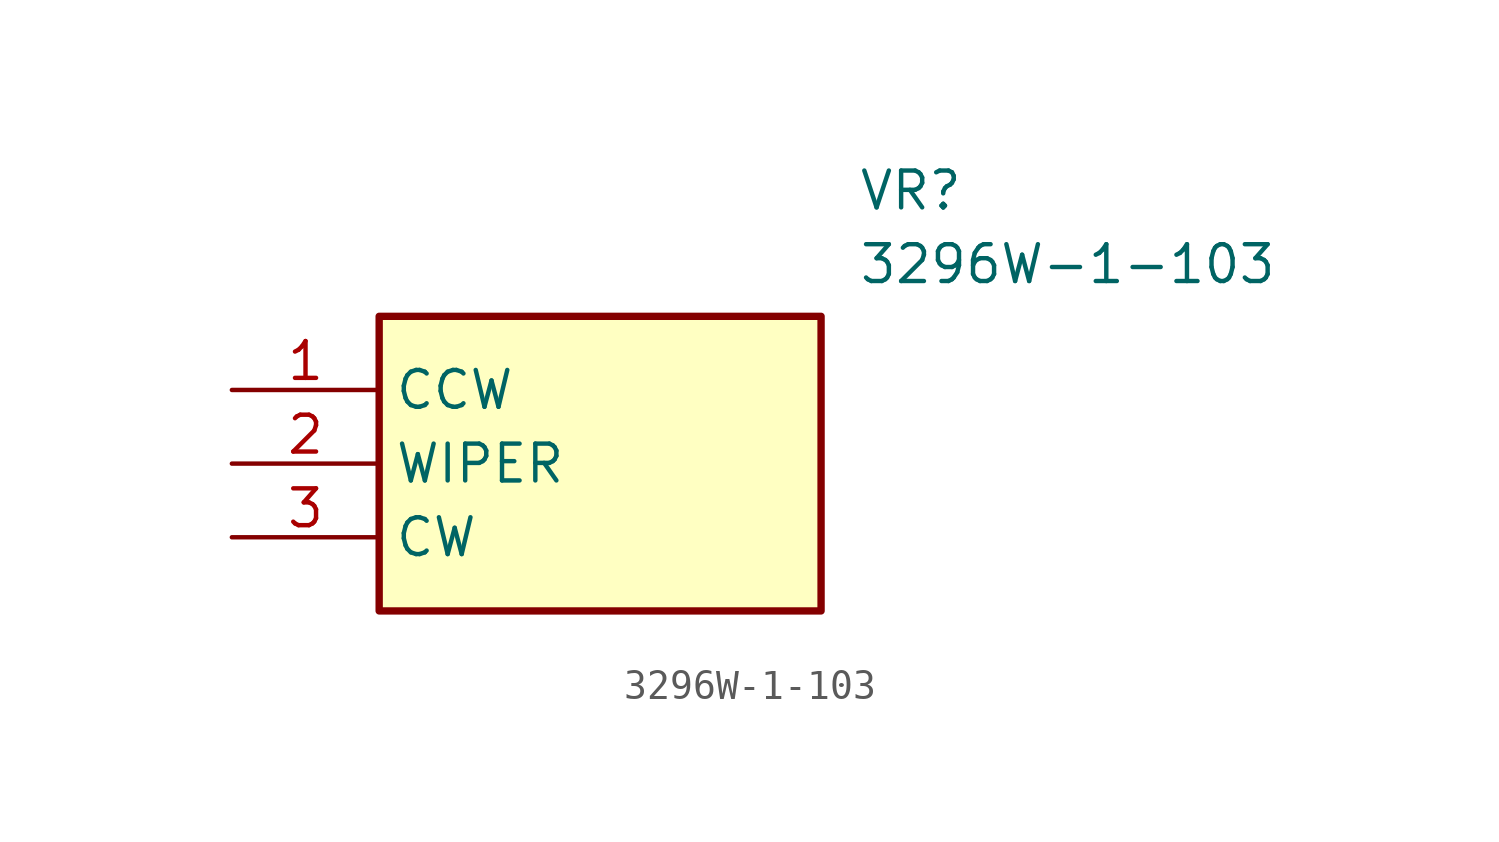
<source format=kicad_sym>
(kicad_symbol_lib
  (version 20211014)
  (generator SamacSys_ECAD_Model)
  (symbol "3296W-1-103"
    (property "Reference" "VR"
      (at 21.59 7.62 0)
      (effects (font (size 1.27 1.27)) (justify left top)))
    (property "Value" "3296W-1-103"
      (at 21.59 5.08 0)
      (effects (font (size 1.27 1.27)) (justify left top)))
    (rectangle
      (start 5.08 2.54)
      (end 20.32 -7.62)
      (stroke (width 0.254) (type default))
      (fill (type background)))
    (pin passive line
      (at 0 0 0)
      (length 5.08)
      (name "CCW" (effects (font (size 1.27 1.27))))
      (number "1" (effects (font (size 1.27 1.27)))))
    (pin passive line
      (at 0 -2.54 0)
      (length 5.08)
      (name "WIPER" (effects (font (size 1.27 1.27))))
      (number "2" (effects (font (size 1.27 1.27)))))
    (pin passive line
      (at 0 -5.08 0)
      (length 5.08)
      (name "CW" (effects (font (size 1.27 1.27))))
      (number "3" (effects (font (size 1.27 1.27)))))))
</source>
